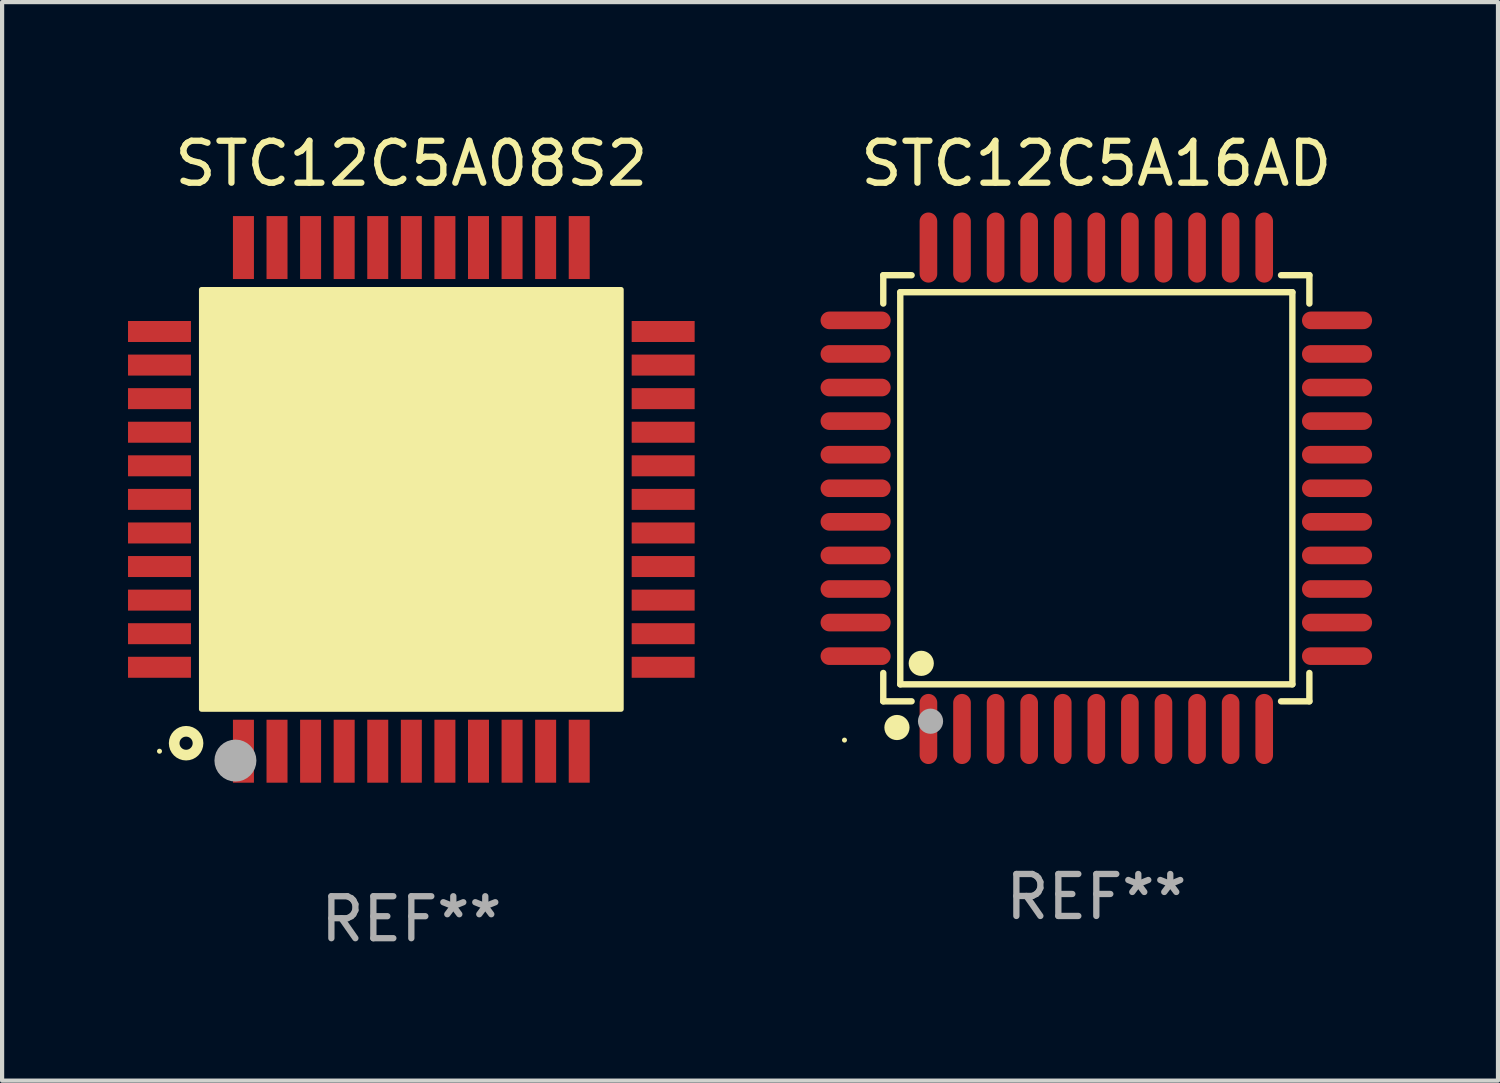
<source format=kicad_pcb>
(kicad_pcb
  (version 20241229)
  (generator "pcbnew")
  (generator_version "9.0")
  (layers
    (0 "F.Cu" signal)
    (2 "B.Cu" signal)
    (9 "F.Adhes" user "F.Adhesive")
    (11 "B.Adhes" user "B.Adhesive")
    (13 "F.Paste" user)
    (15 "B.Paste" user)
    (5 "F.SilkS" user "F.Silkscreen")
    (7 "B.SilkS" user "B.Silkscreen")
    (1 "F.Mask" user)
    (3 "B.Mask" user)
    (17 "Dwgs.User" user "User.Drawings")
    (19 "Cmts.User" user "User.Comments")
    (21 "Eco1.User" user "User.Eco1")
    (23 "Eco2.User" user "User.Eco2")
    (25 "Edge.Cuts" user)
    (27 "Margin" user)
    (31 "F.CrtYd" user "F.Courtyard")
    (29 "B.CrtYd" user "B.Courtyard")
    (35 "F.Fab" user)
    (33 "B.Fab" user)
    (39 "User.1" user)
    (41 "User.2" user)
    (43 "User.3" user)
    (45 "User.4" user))
  (footprint "STC12C5A08S2"
    (layer "F.Cu")
    (at 6.75 8.848)
    (property "Reference" "STC12C5A08S2" (at 0 -8 0) (layer "F.SilkS") (effects (font (size 1 1) (thickness 0.15))))
    (attr through_hole)
    (fp_circle (center -6 6) (end -5.97 6) (stroke (width 0.06) (type solid)) (fill no) (layer "F.SilkS"))
    (fp_circle (center -5.366 5.809) (end -5.082 5.809) (stroke (width 0.254) (type solid)) (fill no) (layer "F.SilkS"))
    (fp_poly (pts (xy -5 -5) (xy 5 -5) (xy 5 5) (xy -5 5)) (stroke (width 0.12) (type solid)) (fill yes) (layer "F.SilkS"))
    (fp_circle (center -4.191 6.223) (end -3.941 6.223) (stroke (width 0.5) (type solid)) (fill no) (layer "F.Fab"))
    (fp_text user "REF**" (at 0 10 0) (layer "F.Fab") (effects (font (size 1 1) (thickness 0.15))))
    (pad "1" smd rect (at -4 6 90) (size 1.5 0.5) (layers "F.Cu" "F.Mask" "F.Paste"))
    (pad "2" smd rect (at -3.2 6 90) (size 1.5 0.5) (layers "F.Cu" "F.Mask" "F.Paste"))
    (pad "3" smd rect (at -2.4 6 90) (size 1.5 0.5) (layers "F.Cu" "F.Mask" "F.Paste"))
    (pad "4" smd rect (at -1.6 6 90) (size 1.5 0.5) (layers "F.Cu" "F.Mask" "F.Paste"))
    (pad "5" smd rect (at -0.8 6 90) (size 1.5 0.5) (layers "F.Cu" "F.Mask" "F.Paste"))
    (pad "6" smd rect (at 0 6 90) (size 1.5 0.5) (layers "F.Cu" "F.Mask" "F.Paste"))
    (pad "7" smd rect (at 0.8 6 90) (size 1.5 0.5) (layers "F.Cu" "F.Mask" "F.Paste"))
    (pad "8" smd rect (at 1.6 6 90) (size 1.5 0.5) (layers "F.Cu" "F.Mask" "F.Paste"))
    (pad "9" smd rect (at 2.4 6 90) (size 1.5 0.5) (layers "F.Cu" "F.Mask" "F.Paste"))
    (pad "10" smd rect (at 3.2 6 90) (size 1.5 0.5) (layers "F.Cu" "F.Mask" "F.Paste"))
    (pad "11" smd rect (at 4 6 90) (size 1.5 0.5) (layers "F.Cu" "F.Mask" "F.Paste"))
    (pad "12" smd rect (at 6 4 180) (size 1.5 0.5) (layers "F.Cu" "F.Mask" "F.Paste"))
    (pad "13" smd rect (at 6 3.2 180) (size 1.5 0.5) (layers "F.Cu" "F.Mask" "F.Paste"))
    (pad "14" smd rect (at 6 2.4 180) (size 1.5 0.5) (layers "F.Cu" "F.Mask" "F.Paste"))
    (pad "15" smd rect (at 6 1.6 180) (size 1.5 0.5) (layers "F.Cu" "F.Mask" "F.Paste"))
    (pad "16" smd rect (at 6 0.8 180) (size 1.5 0.5) (layers "F.Cu" "F.Mask" "F.Paste"))
    (pad "17" smd rect (at 6 0 180) (size 1.5 0.5) (layers "F.Cu" "F.Mask" "F.Paste"))
    (pad "18" smd rect (at 6 -0.8 180) (size 1.5 0.5) (layers "F.Cu" "F.Mask" "F.Paste"))
    (pad "19" smd rect (at 6 -1.6 180) (size 1.5 0.5) (layers "F.Cu" "F.Mask" "F.Paste"))
    (pad "20" smd rect (at 6 -2.4 180) (size 1.5 0.5) (layers "F.Cu" "F.Mask" "F.Paste"))
    (pad "21" smd rect (at 6 -3.2 180) (size 1.5 0.5) (layers "F.Cu" "F.Mask" "F.Paste"))
    (pad "22" smd rect (at 6 -4 180) (size 1.5 0.5) (layers "F.Cu" "F.Mask" "F.Paste"))
    (pad "23" smd rect (at 4 -6 270) (size 1.5 0.5) (layers "F.Cu" "F.Mask" "F.Paste"))
    (pad "24" smd rect (at 3.2 -6 270) (size 1.5 0.5) (layers "F.Cu" "F.Mask" "F.Paste"))
    (pad "25" smd rect (at 2.4 -6 270) (size 1.5 0.5) (layers "F.Cu" "F.Mask" "F.Paste"))
    (pad "26" smd rect (at 1.6 -6 270) (size 1.5 0.5) (layers "F.Cu" "F.Mask" "F.Paste"))
    (pad "27" smd rect (at 0.8 -6 270) (size 1.5 0.5) (layers "F.Cu" "F.Mask" "F.Paste"))
    (pad "28" smd rect (at 0 -6 270) (size 1.5 0.5) (layers "F.Cu" "F.Mask" "F.Paste"))
    (pad "29" smd rect (at -0.8 -6 270) (size 1.5 0.5) (layers "F.Cu" "F.Mask" "F.Paste"))
    (pad "30" smd rect (at -1.6 -6 270) (size 1.5 0.5) (layers "F.Cu" "F.Mask" "F.Paste"))
    (pad "31" smd rect (at -2.4 -6 270) (size 1.5 0.5) (layers "F.Cu" "F.Mask" "F.Paste"))
    (pad "32" smd rect (at -3.2 -6 270) (size 1.5 0.5) (layers "F.Cu" "F.Mask" "F.Paste"))
    (pad "33" smd rect (at -4 -6 270) (size 1.5 0.5) (layers "F.Cu" "F.Mask" "F.Paste"))
    (pad "34" smd rect (at -6 -4) (size 1.5 0.5) (layers "F.Cu" "F.Mask" "F.Paste"))
    (pad "35" smd rect (at -6 -3.2) (size 1.5 0.5) (layers "F.Cu" "F.Mask" "F.Paste"))
    (pad "36" smd rect (at -6 -2.4) (size 1.5 0.5) (layers "F.Cu" "F.Mask" "F.Paste"))
    (pad "37" smd rect (at -6 -1.6) (size 1.5 0.5) (layers "F.Cu" "F.Mask" "F.Paste"))
    (pad "38" smd rect (at -6 -0.8) (size 1.5 0.5) (layers "F.Cu" "F.Mask" "F.Paste"))
    (pad "39" smd rect (at -6 0) (size 1.5 0.5) (layers "F.Cu" "F.Mask" "F.Paste"))
    (pad "40" smd rect (at -6 0.8) (size 1.5 0.5) (layers "F.Cu" "F.Mask" "F.Paste"))
    (pad "41" smd rect (at -6 1.6) (size 1.5 0.5) (layers "F.Cu" "F.Mask" "F.Paste"))
    (pad "42" smd rect (at -6 2.4) (size 1.5 0.5) (layers "F.Cu" "F.Mask" "F.Paste"))
    (pad "43" smd rect (at -6 3.2) (size 1.5 0.5) (layers "F.Cu" "F.Mask" "F.Paste"))
    (pad "44" smd rect (at -6 4) (size 1.5 0.5) (layers "F.Cu" "F.Mask" "F.Paste")))
  (footprint "STC12C5A16AD"
    (layer "F.Cu")
    (at 23.07 8.583)
    (property "Reference" "STC12C5A16AD" (at 0 -7.735 0) (layer "F.SilkS") (effects (font (size 1 1) (thickness 0.15))))
    (attr through_hole)
    (fp_line (start -5.076 -5.076) (end -4.401 -5.076) (stroke (width 0.152) (type solid)) (layer "F.SilkS"))
    (fp_line (start -5.076 -4.401) (end -5.076 -5.076) (stroke (width 0.152) (type solid)) (layer "F.SilkS"))
    (fp_line (start -5.076 4.401) (end -5.076 5.076) (stroke (width 0.152) (type solid)) (layer "F.SilkS"))
    (fp_line (start -5.076 5.076) (end -4.401 5.076) (stroke (width 0.152) (type solid)) (layer "F.SilkS"))
    (fp_line (start -4.671 -4.671) (end 4.671 -4.671) (stroke (width 0.152) (type solid)) (layer "F.SilkS"))
    (fp_line (start -4.671 4.671) (end -4.671 -4.671) (stroke (width 0.152) (type solid)) (layer "F.SilkS"))
    (fp_line (start 4.671 -4.671) (end 4.671 4.671) (stroke (width 0.152) (type solid)) (layer "F.SilkS"))
    (fp_line (start 4.671 4.671) (end -4.671 4.671) (stroke (width 0.152) (type solid)) (layer "F.SilkS"))
    (fp_line (start 5.076 -5.076) (end 4.401 -5.076) (stroke (width 0.152) (type solid)) (layer "F.SilkS"))
    (fp_line (start 5.076 -4.401) (end 5.076 -5.076) (stroke (width 0.152) (type solid)) (layer "F.SilkS"))
    (fp_line (start 5.076 4.401) (end 5.076 5.076) (stroke (width 0.152) (type solid)) (layer "F.SilkS"))
    (fp_line (start 5.076 5.076) (end 4.401 5.076) (stroke (width 0.152) (type solid)) (layer "F.SilkS"))
    (fp_circle (center -6 6) (end -5.97 6) (stroke (width 0.06) (type solid)) (fill no) (layer "F.SilkS"))
    (fp_circle (center -4.75 5.7) (end -4.6 5.7) (stroke (width 0.3) (type solid)) (fill no) (layer "F.SilkS"))
    (fp_circle (center -4.171 4.171) (end -4.021 4.171) (stroke (width 0.3) (type solid)) (fill no) (layer "F.SilkS"))
    (fp_circle (center -3.95 5.55) (end -3.8 5.55) (stroke (width 0.3) (type solid)) (fill no) (layer "F.Fab"))
    (fp_text user "REF**" (at 0 9.735 0) (layer "F.Fab") (effects (font (size 1 1) (thickness 0.15))))
    (pad "1" smd oval (at -4 5.735) (size 0.42 1.67) (layers "F.Cu" "F.Mask" "F.Paste"))
    (pad "2" smd oval (at -3.2 5.735) (size 0.42 1.67) (layers "F.Cu" "F.Mask" "F.Paste"))
    (pad "3" smd oval (at -2.4 5.735) (size 0.42 1.67) (layers "F.Cu" "F.Mask" "F.Paste"))
    (pad "4" smd oval (at -1.6 5.735) (size 0.42 1.67) (layers "F.Cu" "F.Mask" "F.Paste"))
    (pad "5" smd oval (at -0.8 5.735) (size 0.42 1.67) (layers "F.Cu" "F.Mask" "F.Paste"))
    (pad "6" smd oval (at 0 5.735) (size 0.42 1.67) (layers "F.Cu" "F.Mask" "F.Paste"))
    (pad "7" smd oval (at 0.8 5.735) (size 0.42 1.67) (layers "F.Cu" "F.Mask" "F.Paste"))
    (pad "8" smd oval (at 1.6 5.735) (size 0.42 1.67) (layers "F.Cu" "F.Mask" "F.Paste"))
    (pad "9" smd oval (at 2.4 5.735) (size 0.42 1.67) (layers "F.Cu" "F.Mask" "F.Paste"))
    (pad "10" smd oval (at 3.2 5.735) (size 0.42 1.67) (layers "F.Cu" "F.Mask" "F.Paste"))
    (pad "11" smd oval (at 4 5.735) (size 0.42 1.67) (layers "F.Cu" "F.Mask" "F.Paste"))
    (pad "12" smd oval (at 5.735 4) (size 1.67 0.42) (layers "F.Cu" "F.Mask" "F.Paste"))
    (pad "13" smd oval (at 5.735 3.2) (size 1.67 0.42) (layers "F.Cu" "F.Mask" "F.Paste"))
    (pad "14" smd oval (at 5.735 2.4) (size 1.67 0.42) (layers "F.Cu" "F.Mask" "F.Paste"))
    (pad "15" smd oval (at 5.735 1.6) (size 1.67 0.42) (layers "F.Cu" "F.Mask" "F.Paste"))
    (pad "16" smd oval (at 5.735 0.8) (size 1.67 0.42) (layers "F.Cu" "F.Mask" "F.Paste"))
    (pad "17" smd oval (at 5.735 0) (size 1.67 0.42) (layers "F.Cu" "F.Mask" "F.Paste"))
    (pad "18" smd oval (at 5.735 -0.8) (size 1.67 0.42) (layers "F.Cu" "F.Mask" "F.Paste"))
    (pad "19" smd oval (at 5.735 -1.6) (size 1.67 0.42) (layers "F.Cu" "F.Mask" "F.Paste"))
    (pad "20" smd oval (at 5.735 -2.4) (size 1.67 0.42) (layers "F.Cu" "F.Mask" "F.Paste"))
    (pad "21" smd oval (at 5.735 -3.2) (size 1.67 0.42) (layers "F.Cu" "F.Mask" "F.Paste"))
    (pad "22" smd oval (at 5.735 -4) (size 1.67 0.42) (layers "F.Cu" "F.Mask" "F.Paste"))
    (pad "23" smd oval (at 4 -5.735) (size 0.42 1.67) (layers "F.Cu" "F.Mask" "F.Paste"))
    (pad "24" smd oval (at 3.2 -5.735) (size 0.42 1.67) (layers "F.Cu" "F.Mask" "F.Paste"))
    (pad "25" smd oval (at 2.4 -5.735) (size 0.42 1.67) (layers "F.Cu" "F.Mask" "F.Paste"))
    (pad "26" smd oval (at 1.6 -5.735) (size 0.42 1.67) (layers "F.Cu" "F.Mask" "F.Paste"))
    (pad "27" smd oval (at 0.8 -5.735) (size 0.42 1.67) (layers "F.Cu" "F.Mask" "F.Paste"))
    (pad "28" smd oval (at 0 -5.735) (size 0.42 1.67) (layers "F.Cu" "F.Mask" "F.Paste"))
    (pad "29" smd oval (at -0.8 -5.735) (size 0.42 1.67) (layers "F.Cu" "F.Mask" "F.Paste"))
    (pad "30" smd oval (at -1.6 -5.735) (size 0.42 1.67) (layers "F.Cu" "F.Mask" "F.Paste"))
    (pad "31" smd oval (at -2.4 -5.735) (size 0.42 1.67) (layers "F.Cu" "F.Mask" "F.Paste"))
    (pad "32" smd oval (at -3.2 -5.735) (size 0.42 1.67) (layers "F.Cu" "F.Mask" "F.Paste"))
    (pad "33" smd oval (at -4 -5.735) (size 0.42 1.67) (layers "F.Cu" "F.Mask" "F.Paste"))
    (pad "34" smd oval (at -5.735 -4) (size 1.67 0.42) (layers "F.Cu" "F.Mask" "F.Paste"))
    (pad "35" smd oval (at -5.735 -3.2) (size 1.67 0.42) (layers "F.Cu" "F.Mask" "F.Paste"))
    (pad "36" smd oval (at -5.735 -2.4) (size 1.67 0.42) (layers "F.Cu" "F.Mask" "F.Paste"))
    (pad "37" smd oval (at -5.735 -1.6) (size 1.67 0.42) (layers "F.Cu" "F.Mask" "F.Paste"))
    (pad "38" smd oval (at -5.735 -0.8) (size 1.67 0.42) (layers "F.Cu" "F.Mask" "F.Paste"))
    (pad "39" smd oval (at -5.735 0) (size 1.67 0.42) (layers "F.Cu" "F.Mask" "F.Paste"))
    (pad "40" smd oval (at -5.735 0.8) (size 1.67 0.42) (layers "F.Cu" "F.Mask" "F.Paste"))
    (pad "41" smd oval (at -5.735 1.6) (size 1.67 0.42) (layers "F.Cu" "F.Mask" "F.Paste"))
    (pad "42" smd oval (at -5.735 2.4) (size 1.67 0.42) (layers "F.Cu" "F.Mask" "F.Paste"))
    (pad "43" smd oval (at -5.735 3.2) (size 1.67 0.42) (layers "F.Cu" "F.Mask" "F.Paste"))
    (pad "44" smd oval (at -5.735 4) (size 1.67 0.42) (layers "F.Cu" "F.Mask" "F.Paste")))
  (gr_rect
    (start -3 -3)
    (end 32.64 22.697)
    (stroke (width 0.1) (type default))
    (fill no)
    (layer "Edge.Cuts")))
</source>
